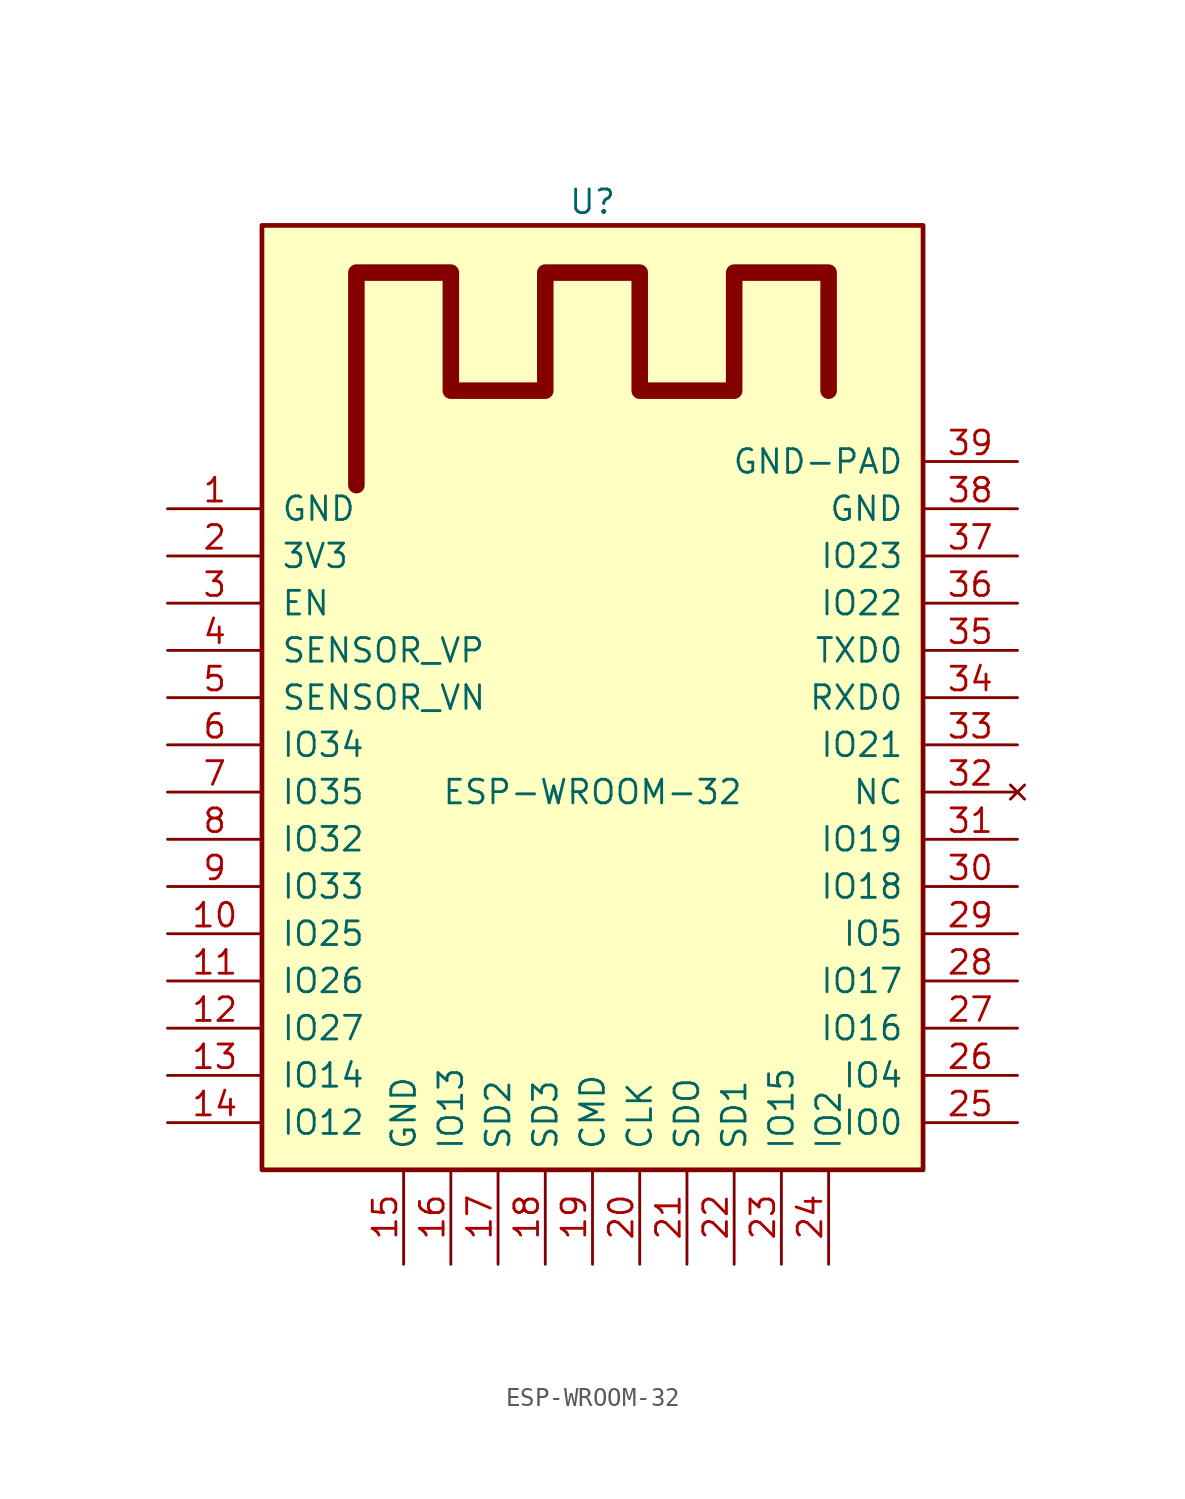
<source format=kicad_sym>
(kicad_symbol_lib
  (version 20211014)
  (generator kicad_symbol_editor)
  (symbol "ESP-WROOM-32"
    (pin_names
      (offset 1.016))
    (property "Reference" "U"
      (at 0 31.75 0)
      (effects (font (size 1.27 1.27))))
    (property "Value" "ESP-WROOM-32"
      (at 0 0 0)
      (effects (font (size 1.27 1.27))))
    (symbol "ESP-WROOM-32_0_1"
      (rectangle (start -17.78 30.48) (end 17.78 -20.32) (stroke (width 0.254) (type default) (color 0 0 0 0)) (fill (type background)))
      (polyline (pts (xy -12.7 16.51) (xy -12.7 27.94) (xy -7.62 27.94) (xy -7.62 21.59) (xy -2.54 21.59) (xy -2.54 27.94) (xy 2.54 27.94) (xy 2.54 21.59) (xy 7.62 21.59) (xy 7.62 27.94) (xy 12.7 27.94) (xy 12.7 21.59)) (stroke (width 0.889) (type default) (color 0 0 0 0)) (fill (type none))))
    (symbol "ESP-WROOM-32_1_1"
      (pin power_out line (at -22.86 15.24 0) (length 5.08) (name "GND" (effects (font (size 1.27 1.27)))) (number "1" (effects (font (size 1.27 1.27)))))
      (pin bidirectional line (at -22.86 -7.62 0) (length 5.08) (name "IO25" (effects (font (size 1.27 1.27)))) (number "10" (effects (font (size 1.27 1.27)))))
      (pin bidirectional line (at -22.86 -10.16 0) (length 5.08) (name "IO26" (effects (font (size 1.27 1.27)))) (number "11" (effects (font (size 1.27 1.27)))))
      (pin bidirectional line (at -22.86 -12.7 0) (length 5.08) (name "IO27" (effects (font (size 1.27 1.27)))) (number "12" (effects (font (size 1.27 1.27)))))
      (pin bidirectional line (at -22.86 -15.24 0) (length 5.08) (name "IO14" (effects (font (size 1.27 1.27)))) (number "13" (effects (font (size 1.27 1.27)))))
      (pin bidirectional line (at -22.86 -17.78 0) (length 5.08) (name "IO12" (effects (font (size 1.27 1.27)))) (number "14" (effects (font (size 1.27 1.27)))))
      (pin power_in line (at -10.16 -25.4 90) (length 5.08) (name "GND" (effects (font (size 1.27 1.27)))) (number "15" (effects (font (size 1.27 1.27)))))
      (pin bidirectional line (at -7.62 -25.4 90) (length 5.08) (name "IO13" (effects (font (size 1.27 1.27)))) (number "16" (effects (font (size 1.27 1.27)))))
      (pin bidirectional line (at -5.08 -25.4 90) (length 5.08) (name "SD2" (effects (font (size 1.27 1.27)))) (number "17" (effects (font (size 1.27 1.27)))))
      (pin bidirectional line (at -2.54 -25.4 90) (length 5.08) (name "SD3" (effects (font (size 1.27 1.27)))) (number "18" (effects (font (size 1.27 1.27)))))
      (pin bidirectional line (at 0 -25.4 90) (length 5.08) (name "CMD" (effects (font (size 1.27 1.27)))) (number "19" (effects (font (size 1.27 1.27)))))
      (pin power_in line (at -22.86 12.7 0) (length 5.08) (name "3V3" (effects (font (size 1.27 1.27)))) (number "2" (effects (font (size 1.27 1.27)))))
      (pin input line (at 2.54 -25.4 90) (length 5.08) (name "CLK" (effects (font (size 1.27 1.27)))) (number "20" (effects (font (size 1.27 1.27)))))
      (pin bidirectional line (at 5.08 -25.4 90) (length 5.08) (name "SDO" (effects (font (size 1.27 1.27)))) (number "21" (effects (font (size 1.27 1.27)))))
      (pin bidirectional line (at 7.62 -25.4 90) (length 5.08) (name "SD1" (effects (font (size 1.27 1.27)))) (number "22" (effects (font (size 1.27 1.27)))))
      (pin bidirectional line (at 10.16 -25.4 90) (length 5.08) (name "IO15" (effects (font (size 1.27 1.27)))) (number "23" (effects (font (size 1.27 1.27)))))
      (pin bidirectional line (at 12.7 -25.4 90) (length 5.08) (name "IO2" (effects (font (size 1.27 1.27)))) (number "24" (effects (font (size 1.27 1.27)))))
      (pin bidirectional line (at 22.86 -17.78 180) (length 5.08) (name "IO0" (effects (font (size 1.27 1.27)))) (number "25" (effects (font (size 1.27 1.27)))))
      (pin input line (at 22.86 -15.24 180) (length 5.08) (name "IO4" (effects (font (size 1.27 1.27)))) (number "26" (effects (font (size 1.27 1.27)))))
      (pin bidirectional line (at 22.86 -12.7 180) (length 5.08) (name "IO16" (effects (font (size 1.27 1.27)))) (number "27" (effects (font (size 1.27 1.27)))))
      (pin bidirectional line (at 22.86 -10.16 180) (length 5.08) (name "IO17" (effects (font (size 1.27 1.27)))) (number "28" (effects (font (size 1.27 1.27)))))
      (pin bidirectional line (at 22.86 -7.62 180) (length 5.08) (name "IO5" (effects (font (size 1.27 1.27)))) (number "29" (effects (font (size 1.27 1.27)))))
      (pin input line (at -22.86 10.16 0) (length 5.08) (name "EN" (effects (font (size 1.27 1.27)))) (number "3" (effects (font (size 1.27 1.27)))))
      (pin input line (at 22.86 -5.08 180) (length 5.08) (name "IO18" (effects (font (size 1.27 1.27)))) (number "30" (effects (font (size 1.27 1.27)))))
      (pin bidirectional line (at 22.86 -2.54 180) (length 5.08) (name "IO19" (effects (font (size 1.27 1.27)))) (number "31" (effects (font (size 1.27 1.27)))))
      (pin no_connect line (at 22.86 0 180) (length 5.08) (name "NC" (effects (font (size 1.27 1.27)))) (number "32" (effects (font (size 1.27 1.27)))))
      (pin bidirectional line (at 22.86 2.54 180) (length 5.08) (name "IO21" (effects (font (size 1.27 1.27)))) (number "33" (effects (font (size 1.27 1.27)))))
      (pin bidirectional line (at 22.86 5.08 180) (length 5.08) (name "RXD0" (effects (font (size 1.27 1.27)))) (number "34" (effects (font (size 1.27 1.27)))))
      (pin bidirectional line (at 22.86 7.62 180) (length 5.08) (name "TXD0" (effects (font (size 1.27 1.27)))) (number "35" (effects (font (size 1.27 1.27)))))
      (pin bidirectional line (at 22.86 10.16 180) (length 5.08) (name "IO22" (effects (font (size 1.27 1.27)))) (number "36" (effects (font (size 1.27 1.27)))))
      (pin bidirectional line (at 22.86 12.7 180) (length 5.08) (name "IO23" (effects (font (size 1.27 1.27)))) (number "37" (effects (font (size 1.27 1.27)))))
      (pin power_in line (at 22.86 15.24 180) (length 5.08) (name "GND" (effects (font (size 1.27 1.27)))) (number "38" (effects (font (size 1.27 1.27)))))
      (pin power_in line (at 22.86 17.78 180) (length 5.08) (name "GND-PAD" (effects (font (size 1.27 1.27)))) (number "39" (effects (font (size 1.27 1.27)))))
      (pin input line (at -22.86 7.62 0) (length 5.08) (name "SENSOR_VP" (effects (font (size 1.27 1.27)))) (number "4" (effects (font (size 1.27 1.27)))))
      (pin input line (at -22.86 5.08 0) (length 5.08) (name "SENSOR_VN" (effects (font (size 1.27 1.27)))) (number "5" (effects (font (size 1.27 1.27)))))
      (pin bidirectional line (at -22.86 2.54 0) (length 5.08) (name "IO34" (effects (font (size 1.27 1.27)))) (number "6" (effects (font (size 1.27 1.27)))))
      (pin bidirectional line (at -22.86 0 0) (length 5.08) (name "IO35" (effects (font (size 1.27 1.27)))) (number "7" (effects (font (size 1.27 1.27)))))
      (pin bidirectional line (at -22.86 -2.54 0) (length 5.08) (name "IO32" (effects (font (size 1.27 1.27)))) (number "8" (effects (font (size 1.27 1.27)))))
      (pin bidirectional line (at -22.86 -5.08 0) (length 5.08) (name "IO33" (effects (font (size 1.27 1.27)))) (number "9" (effects (font (size 1.27 1.27))))))))
</source>
